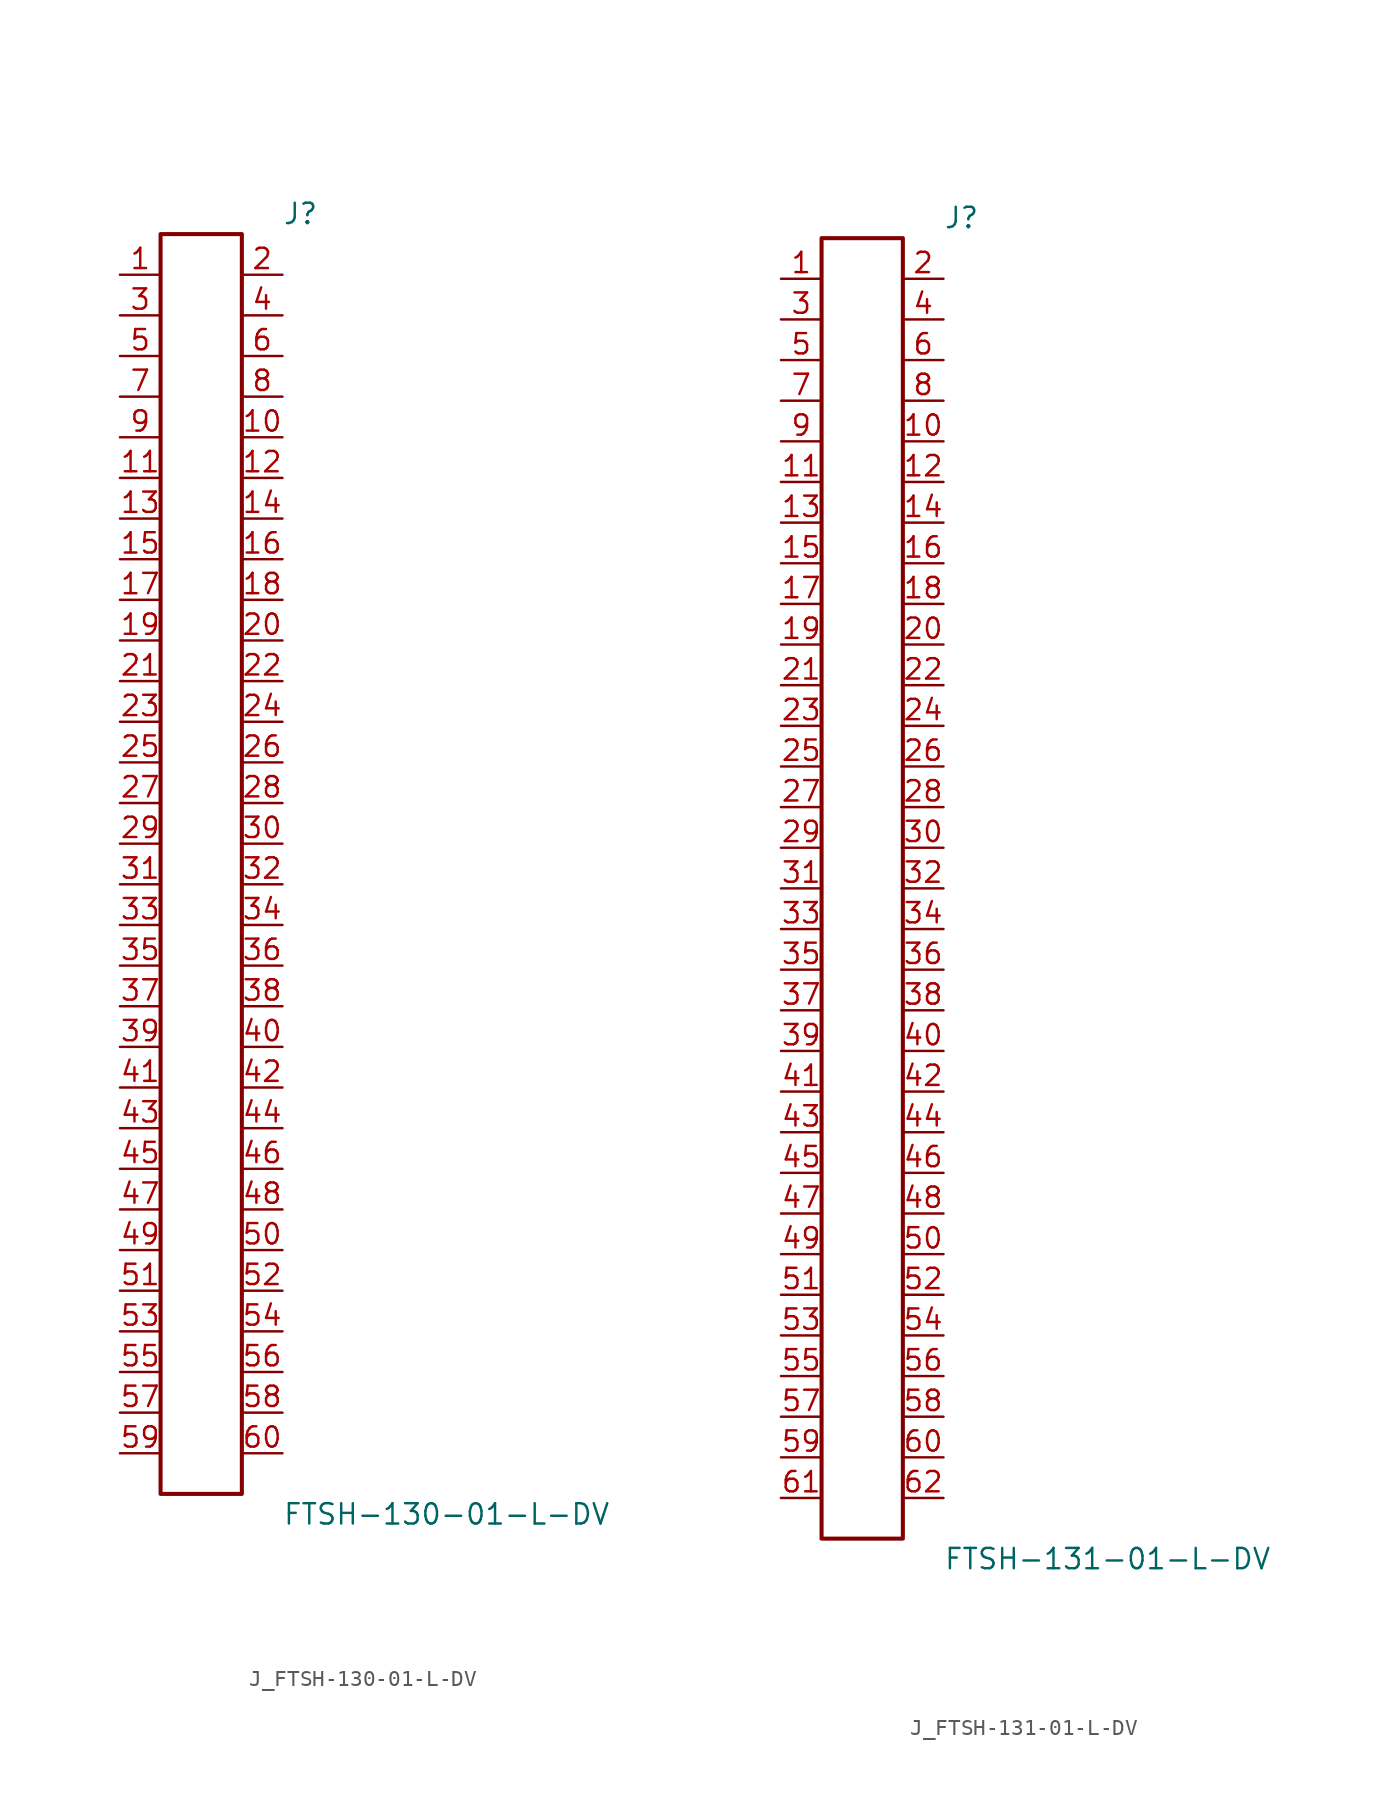
<source format=kicad_sym>
(kicad_symbol_lib
  (version 20231120)
  (generator kicad_symbol_editor)
  (generator_version 8.0)
  (symbol "J_FTSH-130-01-L-DV"
    (pin_names
      (offset 0.254))
    (property "Reference" "J"
      (at 5.08 40.64 0)
      (effects (font (size 1.27 1.27)) (justify left)))
    (property "Value" "FTSH-130-01-L-DV"
      (at 5.08 -40.64 0)
      (effects (font (size 1.27 1.27)) (justify left)))
    (symbol "J_FTSH-130-01-L-DV_0_0"
      (pin passive line (at -5.08 36.83 0) (length 2.54) (name "" (effects (font (size 1.27 1.27)))) (number "1" (effects (font (size 1.27 1.27)))))
      (pin passive line (at 5.08 36.83 180) (length 2.54) (name "" (effects (font (size 1.27 1.27)))) (number "2" (effects (font (size 1.27 1.27)))))
      (pin passive line (at -5.08 34.29 0) (length 2.54) (name "" (effects (font (size 1.27 1.27)))) (number "3" (effects (font (size 1.27 1.27)))))
      (pin passive line (at 5.08 34.29 180) (length 2.54) (name "" (effects (font (size 1.27 1.27)))) (number "4" (effects (font (size 1.27 1.27)))))
      (pin passive line (at -5.08 31.75 0) (length 2.54) (name "" (effects (font (size 1.27 1.27)))) (number "5" (effects (font (size 1.27 1.27)))))
      (pin passive line (at 5.08 31.75 180) (length 2.54) (name "" (effects (font (size 1.27 1.27)))) (number "6" (effects (font (size 1.27 1.27)))))
      (pin passive line (at -5.08 29.21 0) (length 2.54) (name "" (effects (font (size 1.27 1.27)))) (number "7" (effects (font (size 1.27 1.27)))))
      (pin passive line (at 5.08 29.21 180) (length 2.54) (name "" (effects (font (size 1.27 1.27)))) (number "8" (effects (font (size 1.27 1.27)))))
      (pin passive line (at -5.08 26.67 0) (length 2.54) (name "" (effects (font (size 1.27 1.27)))) (number "9" (effects (font (size 1.27 1.27)))))
      (pin passive line (at 5.08 26.67 180) (length 2.54) (name "" (effects (font (size 1.27 1.27)))) (number "10" (effects (font (size 1.27 1.27)))))
      (pin passive line (at -5.08 24.13 0) (length 2.54) (name "" (effects (font (size 1.27 1.27)))) (number "11" (effects (font (size 1.27 1.27)))))
      (pin passive line (at 5.08 24.13 180) (length 2.54) (name "" (effects (font (size 1.27 1.27)))) (number "12" (effects (font (size 1.27 1.27)))))
      (pin passive line (at -5.08 21.59 0) (length 2.54) (name "" (effects (font (size 1.27 1.27)))) (number "13" (effects (font (size 1.27 1.27)))))
      (pin passive line (at 5.08 21.59 180) (length 2.54) (name "" (effects (font (size 1.27 1.27)))) (number "14" (effects (font (size 1.27 1.27)))))
      (pin passive line (at -5.08 19.05 0) (length 2.54) (name "" (effects (font (size 1.27 1.27)))) (number "15" (effects (font (size 1.27 1.27)))))
      (pin passive line (at 5.08 19.05 180) (length 2.54) (name "" (effects (font (size 1.27 1.27)))) (number "16" (effects (font (size 1.27 1.27)))))
      (pin passive line (at -5.08 16.51 0) (length 2.54) (name "" (effects (font (size 1.27 1.27)))) (number "17" (effects (font (size 1.27 1.27)))))
      (pin passive line (at 5.08 16.51 180) (length 2.54) (name "" (effects (font (size 1.27 1.27)))) (number "18" (effects (font (size 1.27 1.27)))))
      (pin passive line (at -5.08 13.97 0) (length 2.54) (name "" (effects (font (size 1.27 1.27)))) (number "19" (effects (font (size 1.27 1.27)))))
      (pin passive line (at 5.08 13.97 180) (length 2.54) (name "" (effects (font (size 1.27 1.27)))) (number "20" (effects (font (size 1.27 1.27)))))
      (pin passive line (at -5.08 11.43 0) (length 2.54) (name "" (effects (font (size 1.27 1.27)))) (number "21" (effects (font (size 1.27 1.27)))))
      (pin passive line (at 5.08 11.43 180) (length 2.54) (name "" (effects (font (size 1.27 1.27)))) (number "22" (effects (font (size 1.27 1.27)))))
      (pin passive line (at -5.08 8.89 0) (length 2.54) (name "" (effects (font (size 1.27 1.27)))) (number "23" (effects (font (size 1.27 1.27)))))
      (pin passive line (at 5.08 8.89 180) (length 2.54) (name "" (effects (font (size 1.27 1.27)))) (number "24" (effects (font (size 1.27 1.27)))))
      (pin passive line (at -5.08 6.35 0) (length 2.54) (name "" (effects (font (size 1.27 1.27)))) (number "25" (effects (font (size 1.27 1.27)))))
      (pin passive line (at 5.08 6.35 180) (length 2.54) (name "" (effects (font (size 1.27 1.27)))) (number "26" (effects (font (size 1.27 1.27)))))
      (pin passive line (at -5.08 3.81 0) (length 2.54) (name "" (effects (font (size 1.27 1.27)))) (number "27" (effects (font (size 1.27 1.27)))))
      (pin passive line (at 5.08 3.81 180) (length 2.54) (name "" (effects (font (size 1.27 1.27)))) (number "28" (effects (font (size 1.27 1.27)))))
      (pin passive line (at -5.08 1.27 0) (length 2.54) (name "" (effects (font (size 1.27 1.27)))) (number "29" (effects (font (size 1.27 1.27)))))
      (pin passive line (at 5.08 1.27 180) (length 2.54) (name "" (effects (font (size 1.27 1.27)))) (number "30" (effects (font (size 1.27 1.27)))))
      (pin passive line (at -5.08 -1.27 0) (length 2.54) (name "" (effects (font (size 1.27 1.27)))) (number "31" (effects (font (size 1.27 1.27)))))
      (pin passive line (at 5.08 -1.27 180) (length 2.54) (name "" (effects (font (size 1.27 1.27)))) (number "32" (effects (font (size 1.27 1.27)))))
      (pin passive line (at -5.08 -3.81 0) (length 2.54) (name "" (effects (font (size 1.27 1.27)))) (number "33" (effects (font (size 1.27 1.27)))))
      (pin passive line (at 5.08 -3.81 180) (length 2.54) (name "" (effects (font (size 1.27 1.27)))) (number "34" (effects (font (size 1.27 1.27)))))
      (pin passive line (at -5.08 -6.35 0) (length 2.54) (name "" (effects (font (size 1.27 1.27)))) (number "35" (effects (font (size 1.27 1.27)))))
      (pin passive line (at 5.08 -6.35 180) (length 2.54) (name "" (effects (font (size 1.27 1.27)))) (number "36" (effects (font (size 1.27 1.27)))))
      (pin passive line (at -5.08 -8.89 0) (length 2.54) (name "" (effects (font (size 1.27 1.27)))) (number "37" (effects (font (size 1.27 1.27)))))
      (pin passive line (at 5.08 -8.89 180) (length 2.54) (name "" (effects (font (size 1.27 1.27)))) (number "38" (effects (font (size 1.27 1.27)))))
      (pin passive line (at -5.08 -11.43 0) (length 2.54) (name "" (effects (font (size 1.27 1.27)))) (number "39" (effects (font (size 1.27 1.27)))))
      (pin passive line (at 5.08 -11.43 180) (length 2.54) (name "" (effects (font (size 1.27 1.27)))) (number "40" (effects (font (size 1.27 1.27)))))
      (pin passive line (at -5.08 -13.97 0) (length 2.54) (name "" (effects (font (size 1.27 1.27)))) (number "41" (effects (font (size 1.27 1.27)))))
      (pin passive line (at 5.08 -13.97 180) (length 2.54) (name "" (effects (font (size 1.27 1.27)))) (number "42" (effects (font (size 1.27 1.27)))))
      (pin passive line (at -5.08 -16.51 0) (length 2.54) (name "" (effects (font (size 1.27 1.27)))) (number "43" (effects (font (size 1.27 1.27)))))
      (pin passive line (at 5.08 -16.51 180) (length 2.54) (name "" (effects (font (size 1.27 1.27)))) (number "44" (effects (font (size 1.27 1.27)))))
      (pin passive line (at -5.08 -19.05 0) (length 2.54) (name "" (effects (font (size 1.27 1.27)))) (number "45" (effects (font (size 1.27 1.27)))))
      (pin passive line (at 5.08 -19.05 180) (length 2.54) (name "" (effects (font (size 1.27 1.27)))) (number "46" (effects (font (size 1.27 1.27)))))
      (pin passive line (at -5.08 -21.59 0) (length 2.54) (name "" (effects (font (size 1.27 1.27)))) (number "47" (effects (font (size 1.27 1.27)))))
      (pin passive line (at 5.08 -21.59 180) (length 2.54) (name "" (effects (font (size 1.27 1.27)))) (number "48" (effects (font (size 1.27 1.27)))))
      (pin passive line (at -5.08 -24.13 0) (length 2.54) (name "" (effects (font (size 1.27 1.27)))) (number "49" (effects (font (size 1.27 1.27)))))
      (pin passive line (at 5.08 -24.13 180) (length 2.54) (name "" (effects (font (size 1.27 1.27)))) (number "50" (effects (font (size 1.27 1.27)))))
      (pin passive line (at -5.08 -26.67 0) (length 2.54) (name "" (effects (font (size 1.27 1.27)))) (number "51" (effects (font (size 1.27 1.27)))))
      (pin passive line (at 5.08 -26.67 180) (length 2.54) (name "" (effects (font (size 1.27 1.27)))) (number "52" (effects (font (size 1.27 1.27)))))
      (pin passive line (at -5.08 -29.21 0) (length 2.54) (name "" (effects (font (size 1.27 1.27)))) (number "53" (effects (font (size 1.27 1.27)))))
      (pin passive line (at 5.08 -29.21 180) (length 2.54) (name "" (effects (font (size 1.27 1.27)))) (number "54" (effects (font (size 1.27 1.27)))))
      (pin passive line (at -5.08 -31.75 0) (length 2.54) (name "" (effects (font (size 1.27 1.27)))) (number "55" (effects (font (size 1.27 1.27)))))
      (pin passive line (at 5.08 -31.75 180) (length 2.54) (name "" (effects (font (size 1.27 1.27)))) (number "56" (effects (font (size 1.27 1.27)))))
      (pin passive line (at -5.08 -34.29 0) (length 2.54) (name "" (effects (font (size 1.27 1.27)))) (number "57" (effects (font (size 1.27 1.27)))))
      (pin passive line (at 5.08 -34.29 180) (length 2.54) (name "" (effects (font (size 1.27 1.27)))) (number "58" (effects (font (size 1.27 1.27)))))
      (pin passive line (at -5.08 -36.83 0) (length 2.54) (name "" (effects (font (size 1.27 1.27)))) (number "59" (effects (font (size 1.27 1.27)))))
      (pin passive line (at 5.08 -36.83 180) (length 2.54) (name "" (effects (font (size 1.27 1.27)))) (number "60" (effects (font (size 1.27 1.27))))))
    (symbol "J_FTSH-130-01-L-DV_1_0"
      (rectangle (start -2.54 39.37) (end 2.54 -39.37) (stroke (width 0.254) (type solid)) (fill (type none)))))
  (symbol "J_FTSH-131-01-L-DV"
    (pin_names
      (offset 0.254))
    (property "Reference" "J"
      (at 5.08 41.91 0)
      (effects (font (size 1.27 1.27)) (justify left)))
    (property "Value" "FTSH-131-01-L-DV"
      (at 5.08 -41.91 0)
      (effects (font (size 1.27 1.27)) (justify left)))
    (symbol "J_FTSH-131-01-L-DV_0_0"
      (pin passive line (at -5.08 38.1 0) (length 2.54) (name "" (effects (font (size 1.27 1.27)))) (number "1" (effects (font (size 1.27 1.27)))))
      (pin passive line (at 5.08 38.1 180) (length 2.54) (name "" (effects (font (size 1.27 1.27)))) (number "2" (effects (font (size 1.27 1.27)))))
      (pin passive line (at -5.08 35.56 0) (length 2.54) (name "" (effects (font (size 1.27 1.27)))) (number "3" (effects (font (size 1.27 1.27)))))
      (pin passive line (at 5.08 35.56 180) (length 2.54) (name "" (effects (font (size 1.27 1.27)))) (number "4" (effects (font (size 1.27 1.27)))))
      (pin passive line (at -5.08 33.02 0) (length 2.54) (name "" (effects (font (size 1.27 1.27)))) (number "5" (effects (font (size 1.27 1.27)))))
      (pin passive line (at 5.08 33.02 180) (length 2.54) (name "" (effects (font (size 1.27 1.27)))) (number "6" (effects (font (size 1.27 1.27)))))
      (pin passive line (at -5.08 30.48 0) (length 2.54) (name "" (effects (font (size 1.27 1.27)))) (number "7" (effects (font (size 1.27 1.27)))))
      (pin passive line (at 5.08 30.48 180) (length 2.54) (name "" (effects (font (size 1.27 1.27)))) (number "8" (effects (font (size 1.27 1.27)))))
      (pin passive line (at -5.08 27.94 0) (length 2.54) (name "" (effects (font (size 1.27 1.27)))) (number "9" (effects (font (size 1.27 1.27)))))
      (pin passive line (at 5.08 27.94 180) (length 2.54) (name "" (effects (font (size 1.27 1.27)))) (number "10" (effects (font (size 1.27 1.27)))))
      (pin passive line (at -5.08 25.4 0) (length 2.54) (name "" (effects (font (size 1.27 1.27)))) (number "11" (effects (font (size 1.27 1.27)))))
      (pin passive line (at 5.08 25.4 180) (length 2.54) (name "" (effects (font (size 1.27 1.27)))) (number "12" (effects (font (size 1.27 1.27)))))
      (pin passive line (at -5.08 22.86 0) (length 2.54) (name "" (effects (font (size 1.27 1.27)))) (number "13" (effects (font (size 1.27 1.27)))))
      (pin passive line (at 5.08 22.86 180) (length 2.54) (name "" (effects (font (size 1.27 1.27)))) (number "14" (effects (font (size 1.27 1.27)))))
      (pin passive line (at -5.08 20.32 0) (length 2.54) (name "" (effects (font (size 1.27 1.27)))) (number "15" (effects (font (size 1.27 1.27)))))
      (pin passive line (at 5.08 20.32 180) (length 2.54) (name "" (effects (font (size 1.27 1.27)))) (number "16" (effects (font (size 1.27 1.27)))))
      (pin passive line (at -5.08 17.78 0) (length 2.54) (name "" (effects (font (size 1.27 1.27)))) (number "17" (effects (font (size 1.27 1.27)))))
      (pin passive line (at 5.08 17.78 180) (length 2.54) (name "" (effects (font (size 1.27 1.27)))) (number "18" (effects (font (size 1.27 1.27)))))
      (pin passive line (at -5.08 15.24 0) (length 2.54) (name "" (effects (font (size 1.27 1.27)))) (number "19" (effects (font (size 1.27 1.27)))))
      (pin passive line (at 5.08 15.24 180) (length 2.54) (name "" (effects (font (size 1.27 1.27)))) (number "20" (effects (font (size 1.27 1.27)))))
      (pin passive line (at -5.08 12.7 0) (length 2.54) (name "" (effects (font (size 1.27 1.27)))) (number "21" (effects (font (size 1.27 1.27)))))
      (pin passive line (at 5.08 12.7 180) (length 2.54) (name "" (effects (font (size 1.27 1.27)))) (number "22" (effects (font (size 1.27 1.27)))))
      (pin passive line (at -5.08 10.16 0) (length 2.54) (name "" (effects (font (size 1.27 1.27)))) (number "23" (effects (font (size 1.27 1.27)))))
      (pin passive line (at 5.08 10.16 180) (length 2.54) (name "" (effects (font (size 1.27 1.27)))) (number "24" (effects (font (size 1.27 1.27)))))
      (pin passive line (at -5.08 7.62 0) (length 2.54) (name "" (effects (font (size 1.27 1.27)))) (number "25" (effects (font (size 1.27 1.27)))))
      (pin passive line (at 5.08 7.62 180) (length 2.54) (name "" (effects (font (size 1.27 1.27)))) (number "26" (effects (font (size 1.27 1.27)))))
      (pin passive line (at -5.08 5.08 0) (length 2.54) (name "" (effects (font (size 1.27 1.27)))) (number "27" (effects (font (size 1.27 1.27)))))
      (pin passive line (at 5.08 5.08 180) (length 2.54) (name "" (effects (font (size 1.27 1.27)))) (number "28" (effects (font (size 1.27 1.27)))))
      (pin passive line (at -5.08 2.54 0) (length 2.54) (name "" (effects (font (size 1.27 1.27)))) (number "29" (effects (font (size 1.27 1.27)))))
      (pin passive line (at 5.08 2.54 180) (length 2.54) (name "" (effects (font (size 1.27 1.27)))) (number "30" (effects (font (size 1.27 1.27)))))
      (pin passive line (at -5.08 0.0 0) (length 2.54) (name "" (effects (font (size 1.27 1.27)))) (number "31" (effects (font (size 1.27 1.27)))))
      (pin passive line (at 5.08 0.0 180) (length 2.54) (name "" (effects (font (size 1.27 1.27)))) (number "32" (effects (font (size 1.27 1.27)))))
      (pin passive line (at -5.08 -2.54 0) (length 2.54) (name "" (effects (font (size 1.27 1.27)))) (number "33" (effects (font (size 1.27 1.27)))))
      (pin passive line (at 5.08 -2.54 180) (length 2.54) (name "" (effects (font (size 1.27 1.27)))) (number "34" (effects (font (size 1.27 1.27)))))
      (pin passive line (at -5.08 -5.08 0) (length 2.54) (name "" (effects (font (size 1.27 1.27)))) (number "35" (effects (font (size 1.27 1.27)))))
      (pin passive line (at 5.08 -5.08 180) (length 2.54) (name "" (effects (font (size 1.27 1.27)))) (number "36" (effects (font (size 1.27 1.27)))))
      (pin passive line (at -5.08 -7.62 0) (length 2.54) (name "" (effects (font (size 1.27 1.27)))) (number "37" (effects (font (size 1.27 1.27)))))
      (pin passive line (at 5.08 -7.62 180) (length 2.54) (name "" (effects (font (size 1.27 1.27)))) (number "38" (effects (font (size 1.27 1.27)))))
      (pin passive line (at -5.08 -10.16 0) (length 2.54) (name "" (effects (font (size 1.27 1.27)))) (number "39" (effects (font (size 1.27 1.27)))))
      (pin passive line (at 5.08 -10.16 180) (length 2.54) (name "" (effects (font (size 1.27 1.27)))) (number "40" (effects (font (size 1.27 1.27)))))
      (pin passive line (at -5.08 -12.7 0) (length 2.54) (name "" (effects (font (size 1.27 1.27)))) (number "41" (effects (font (size 1.27 1.27)))))
      (pin passive line (at 5.08 -12.7 180) (length 2.54) (name "" (effects (font (size 1.27 1.27)))) (number "42" (effects (font (size 1.27 1.27)))))
      (pin passive line (at -5.08 -15.24 0) (length 2.54) (name "" (effects (font (size 1.27 1.27)))) (number "43" (effects (font (size 1.27 1.27)))))
      (pin passive line (at 5.08 -15.24 180) (length 2.54) (name "" (effects (font (size 1.27 1.27)))) (number "44" (effects (font (size 1.27 1.27)))))
      (pin passive line (at -5.08 -17.78 0) (length 2.54) (name "" (effects (font (size 1.27 1.27)))) (number "45" (effects (font (size 1.27 1.27)))))
      (pin passive line (at 5.08 -17.78 180) (length 2.54) (name "" (effects (font (size 1.27 1.27)))) (number "46" (effects (font (size 1.27 1.27)))))
      (pin passive line (at -5.08 -20.32 0) (length 2.54) (name "" (effects (font (size 1.27 1.27)))) (number "47" (effects (font (size 1.27 1.27)))))
      (pin passive line (at 5.08 -20.32 180) (length 2.54) (name "" (effects (font (size 1.27 1.27)))) (number "48" (effects (font (size 1.27 1.27)))))
      (pin passive line (at -5.08 -22.86 0) (length 2.54) (name "" (effects (font (size 1.27 1.27)))) (number "49" (effects (font (size 1.27 1.27)))))
      (pin passive line (at 5.08 -22.86 180) (length 2.54) (name "" (effects (font (size 1.27 1.27)))) (number "50" (effects (font (size 1.27 1.27)))))
      (pin passive line (at -5.08 -25.4 0) (length 2.54) (name "" (effects (font (size 1.27 1.27)))) (number "51" (effects (font (size 1.27 1.27)))))
      (pin passive line (at 5.08 -25.4 180) (length 2.54) (name "" (effects (font (size 1.27 1.27)))) (number "52" (effects (font (size 1.27 1.27)))))
      (pin passive line (at -5.08 -27.94 0) (length 2.54) (name "" (effects (font (size 1.27 1.27)))) (number "53" (effects (font (size 1.27 1.27)))))
      (pin passive line (at 5.08 -27.94 180) (length 2.54) (name "" (effects (font (size 1.27 1.27)))) (number "54" (effects (font (size 1.27 1.27)))))
      (pin passive line (at -5.08 -30.48 0) (length 2.54) (name "" (effects (font (size 1.27 1.27)))) (number "55" (effects (font (size 1.27 1.27)))))
      (pin passive line (at 5.08 -30.48 180) (length 2.54) (name "" (effects (font (size 1.27 1.27)))) (number "56" (effects (font (size 1.27 1.27)))))
      (pin passive line (at -5.08 -33.02 0) (length 2.54) (name "" (effects (font (size 1.27 1.27)))) (number "57" (effects (font (size 1.27 1.27)))))
      (pin passive line (at 5.08 -33.02 180) (length 2.54) (name "" (effects (font (size 1.27 1.27)))) (number "58" (effects (font (size 1.27 1.27)))))
      (pin passive line (at -5.08 -35.56 0) (length 2.54) (name "" (effects (font (size 1.27 1.27)))) (number "59" (effects (font (size 1.27 1.27)))))
      (pin passive line (at 5.08 -35.56 180) (length 2.54) (name "" (effects (font (size 1.27 1.27)))) (number "60" (effects (font (size 1.27 1.27)))))
      (pin passive line (at -5.08 -38.1 0) (length 2.54) (name "" (effects (font (size 1.27 1.27)))) (number "61" (effects (font (size 1.27 1.27)))))
      (pin passive line (at 5.08 -38.1 180) (length 2.54) (name "" (effects (font (size 1.27 1.27)))) (number "62" (effects (font (size 1.27 1.27))))))
    (symbol "J_FTSH-131-01-L-DV_1_0"
      (rectangle (start -2.54 40.64) (end 2.54 -40.64) (stroke (width 0.254) (type solid)) (fill (type none))))))
</source>
